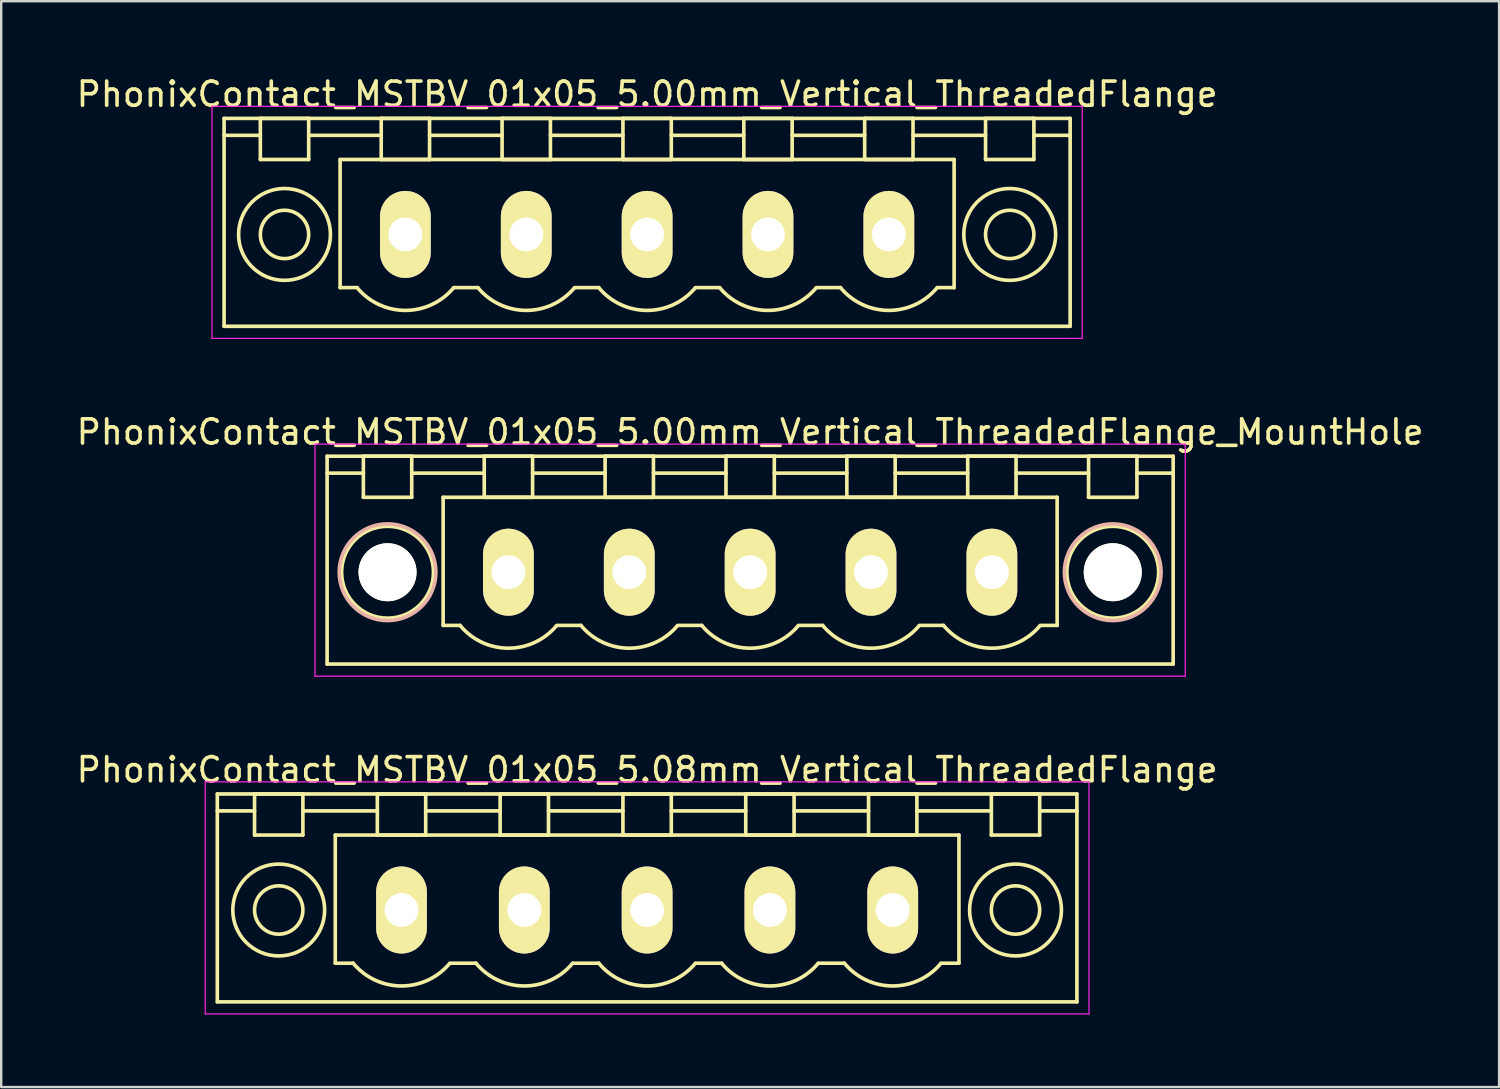
<source format=kicad_pcb>
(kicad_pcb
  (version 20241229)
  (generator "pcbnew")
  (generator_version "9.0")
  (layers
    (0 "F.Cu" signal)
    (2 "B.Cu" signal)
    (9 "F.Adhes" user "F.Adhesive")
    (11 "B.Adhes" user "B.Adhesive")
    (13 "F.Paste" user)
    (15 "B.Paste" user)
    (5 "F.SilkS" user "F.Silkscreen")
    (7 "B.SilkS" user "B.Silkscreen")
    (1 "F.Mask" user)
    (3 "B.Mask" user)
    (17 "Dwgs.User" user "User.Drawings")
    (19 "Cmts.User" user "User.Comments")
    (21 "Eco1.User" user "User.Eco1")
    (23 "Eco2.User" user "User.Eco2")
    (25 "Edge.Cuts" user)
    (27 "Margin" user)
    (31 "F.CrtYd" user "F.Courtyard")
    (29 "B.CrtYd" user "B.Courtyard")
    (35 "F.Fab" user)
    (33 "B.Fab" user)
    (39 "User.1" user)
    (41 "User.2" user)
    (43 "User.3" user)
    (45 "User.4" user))
  (footprint "PhonixContact_MSTBV_01x05_5.08mm_Vertical_ThreadedFlange"
    (layer "F.Cu")
    (at 13.56 34.595)
    (property "Reference" "PhonixContact_MSTBV_01x05_5.08mm_Vertical_ThreadedFlange" (at 10.16 -5.8 0) (layer "F.SilkS") (effects (font (size 1 1) (thickness 0.15))))
    (attr through_hole)
    (fp_line (start -7.62 -4.8) (end -7.62 3.8) (stroke (width 0.15) (type solid)) (layer "F.SilkS"))
    (fp_line (start -7.62 -4.1) (end -6.08 -4.1) (stroke (width 0.15) (type solid)) (layer "F.SilkS"))
    (fp_line (start -7.62 3.8) (end 27.94 3.8) (stroke (width 0.15) (type solid)) (layer "F.SilkS"))
    (fp_line (start -6.08 -4.8) (end -4.08 -4.8) (stroke (width 0.15) (type solid)) (layer "F.SilkS"))
    (fp_line (start -6.08 -3.1) (end -6.08 -4.8) (stroke (width 0.15) (type solid)) (layer "F.SilkS"))
    (fp_line (start -4.08 -4.8) (end -4.08 -3.1) (stroke (width 0.15) (type solid)) (layer "F.SilkS"))
    (fp_line (start -4.08 -4.1) (end -1 -4.1) (stroke (width 0.15) (type solid)) (layer "F.SilkS"))
    (fp_line (start -4.08 -3.1) (end -6.08 -3.1) (stroke (width 0.15) (type solid)) (layer "F.SilkS"))
    (fp_line (start -2.74 -3.1) (end 23.06 -3.1) (stroke (width 0.15) (type solid)) (layer "F.SilkS"))
    (fp_line (start -2.74 2.2) (end -2.74 -3.1) (stroke (width 0.15) (type solid)) (layer "F.SilkS"))
    (fp_line (start -2 2.2) (end -2.74 2.2) (stroke (width 0.15) (type solid)) (layer "F.SilkS"))
    (fp_line (start -1 -4.8) (end 1 -4.8) (stroke (width 0.15) (type solid)) (layer "F.SilkS"))
    (fp_line (start -1 -3.1) (end -1 -4.8) (stroke (width 0.15) (type solid)) (layer "F.SilkS"))
    (fp_line (start 1 -4.8) (end 1 -3.1) (stroke (width 0.15) (type solid)) (layer "F.SilkS"))
    (fp_line (start 1 -4.1) (end 4.08 -4.1) (stroke (width 0.15) (type solid)) (layer "F.SilkS"))
    (fp_line (start 1 -3.1) (end -1 -3.1) (stroke (width 0.15) (type solid)) (layer "F.SilkS"))
    (fp_line (start 2 2.2) (end 3.08 2.2) (stroke (width 0.15) (type solid)) (layer "F.SilkS"))
    (fp_line (start 4.08 -4.8) (end 6.08 -4.8) (stroke (width 0.15) (type solid)) (layer "F.SilkS"))
    (fp_line (start 4.08 -3.1) (end 4.08 -4.8) (stroke (width 0.15) (type solid)) (layer "F.SilkS"))
    (fp_line (start 6.08 -4.8) (end 6.08 -3.1) (stroke (width 0.15) (type solid)) (layer "F.SilkS"))
    (fp_line (start 6.08 -4.1) (end 9.16 -4.1) (stroke (width 0.15) (type solid)) (layer "F.SilkS"))
    (fp_line (start 6.08 -3.1) (end 4.08 -3.1) (stroke (width 0.15) (type solid)) (layer "F.SilkS"))
    (fp_line (start 7.08 2.2) (end 8.16 2.2) (stroke (width 0.15) (type solid)) (layer "F.SilkS"))
    (fp_line (start 9.16 -4.8) (end 11.16 -4.8) (stroke (width 0.15) (type solid)) (layer "F.SilkS"))
    (fp_line (start 9.16 -3.1) (end 9.16 -4.8) (stroke (width 0.15) (type solid)) (layer "F.SilkS"))
    (fp_line (start 11.16 -4.8) (end 11.16 -3.1) (stroke (width 0.15) (type solid)) (layer "F.SilkS"))
    (fp_line (start 11.16 -4.1) (end 14.24 -4.1) (stroke (width 0.15) (type solid)) (layer "F.SilkS"))
    (fp_line (start 11.16 -3.1) (end 9.16 -3.1) (stroke (width 0.15) (type solid)) (layer "F.SilkS"))
    (fp_line (start 12.16 2.2) (end 13.24 2.2) (stroke (width 0.15) (type solid)) (layer "F.SilkS"))
    (fp_line (start 14.24 -4.8) (end 16.24 -4.8) (stroke (width 0.15) (type solid)) (layer "F.SilkS"))
    (fp_line (start 14.24 -3.1) (end 14.24 -4.8) (stroke (width 0.15) (type solid)) (layer "F.SilkS"))
    (fp_line (start 16.24 -4.8) (end 16.24 -3.1) (stroke (width 0.15) (type solid)) (layer "F.SilkS"))
    (fp_line (start 16.24 -4.1) (end 19.32 -4.1) (stroke (width 0.15) (type solid)) (layer "F.SilkS"))
    (fp_line (start 16.24 -3.1) (end 14.24 -3.1) (stroke (width 0.15) (type solid)) (layer "F.SilkS"))
    (fp_line (start 17.24 2.2) (end 18.32 2.2) (stroke (width 0.15) (type solid)) (layer "F.SilkS"))
    (fp_line (start 19.32 -4.8) (end 21.32 -4.8) (stroke (width 0.15) (type solid)) (layer "F.SilkS"))
    (fp_line (start 19.32 -3.1) (end 19.32 -4.8) (stroke (width 0.15) (type solid)) (layer "F.SilkS"))
    (fp_line (start 21.32 -4.8) (end 21.32 -3.1) (stroke (width 0.15) (type solid)) (layer "F.SilkS"))
    (fp_line (start 21.32 -4.1) (end 24.4 -4.1) (stroke (width 0.15) (type solid)) (layer "F.SilkS"))
    (fp_line (start 21.32 -3.1) (end 19.32 -3.1) (stroke (width 0.15) (type solid)) (layer "F.SilkS"))
    (fp_line (start 23.06 -3.1) (end 23.06 2.2) (stroke (width 0.15) (type solid)) (layer "F.SilkS"))
    (fp_line (start 23.06 2.2) (end 22.32 2.2) (stroke (width 0.15) (type solid)) (layer "F.SilkS"))
    (fp_line (start 24.4 -4.8) (end 26.4 -4.8) (stroke (width 0.15) (type solid)) (layer "F.SilkS"))
    (fp_line (start 24.4 -3.1) (end 24.4 -4.8) (stroke (width 0.15) (type solid)) (layer "F.SilkS"))
    (fp_line (start 26.4 -4.8) (end 26.4 -3.1) (stroke (width 0.15) (type solid)) (layer "F.SilkS"))
    (fp_line (start 26.4 -3.1) (end 24.4 -3.1) (stroke (width 0.15) (type solid)) (layer "F.SilkS"))
    (fp_line (start 27.94 -4.8) (end -7.62 -4.8) (stroke (width 0.15) (type solid)) (layer "F.SilkS"))
    (fp_line (start 27.94 -4.1) (end 26.4 -4.1) (stroke (width 0.15) (type solid)) (layer "F.SilkS"))
    (fp_line (start 27.94 3.8) (end 27.94 -4.8) (stroke (width 0.15) (type solid)) (layer "F.SilkS"))
    (fp_arc (start 1.986842 2.215821) (mid -0.010289 3.142758) (end -2 2.2) (stroke (width 0.15) (type solid)) (layer "F.SilkS"))
    (fp_arc (start 7.066842 2.215821) (mid 5.069711 3.142758) (end 3.08 2.2) (stroke (width 0.15) (type solid)) (layer "F.SilkS"))
    (fp_arc (start 12.146842 2.215821) (mid 10.149711 3.142758) (end 8.16 2.2) (stroke (width 0.15) (type solid)) (layer "F.SilkS"))
    (fp_arc (start 17.226842 2.215821) (mid 15.229711 3.142758) (end 13.24 2.2) (stroke (width 0.15) (type solid)) (layer "F.SilkS"))
    (fp_arc (start 22.306842 2.215821) (mid 20.309711 3.142758) (end 18.32 2.2) (stroke (width 0.15) (type solid)) (layer "F.SilkS"))
    (fp_circle (center -5.08 0) (end -4.08 0) (stroke (width 0.15) (type solid)) (fill no) (layer "F.SilkS"))
    (fp_circle (center -5.08 0) (end -3.18 0) (stroke (width 0.15) (type solid)) (fill no) (layer "F.SilkS"))
    (fp_circle (center 25.4 0) (end 26.4 0) (stroke (width 0.15) (type solid)) (fill no) (layer "F.SilkS"))
    (fp_circle (center 25.4 0) (end 27.3 0) (stroke (width 0.15) (type solid)) (fill no) (layer "F.SilkS"))
    (fp_line (start -8.12 -5.3) (end -8.12 4.3) (stroke (width 0.05) (type solid)) (layer "F.CrtYd"))
    (fp_line (start -8.12 4.3) (end 28.44 4.3) (stroke (width 0.05) (type solid)) (layer "F.CrtYd"))
    (fp_line (start 28.44 -5.3) (end -8.12 -5.3) (stroke (width 0.05) (type solid)) (layer "F.CrtYd"))
    (fp_line (start 28.44 4.3) (end 28.44 -5.3) (stroke (width 0.05) (type solid)) (layer "F.CrtYd"))
    (pad "1" thru_hole oval (at 0 0) (size 2.1 3.6) (drill 1.4) (layers "*.Cu" "*.Mask" "F.SilkS"))
    (pad "2" thru_hole oval (at 5.08 0) (size 2.1 3.6) (drill 1.4) (layers "*.Cu" "*.Mask" "F.SilkS"))
    (pad "3" thru_hole oval (at 10.16 0) (size 2.1 3.6) (drill 1.4) (layers "*.Cu" "*.Mask" "F.SilkS"))
    (pad "4" thru_hole oval (at 15.24 0) (size 2.1 3.6) (drill 1.4) (layers "*.Cu" "*.Mask" "F.SilkS"))
    (pad "5" thru_hole oval (at 20.32 0) (size 2.1 3.6) (drill 1.4) (layers "*.Cu" "*.Mask" "F.SilkS")))
  (footprint "PhonixContact_MSTBV_01x05_5.00mm_Vertical_ThreadedFlange"
    (layer "F.Cu")
    (at 13.72 6.648)
    (property "Reference" "PhonixContact_MSTBV_01x05_5.00mm_Vertical_ThreadedFlange" (at 10 -5.8 0) (layer "F.SilkS") (effects (font (size 1 1) (thickness 0.15))))
    (attr through_hole)
    (fp_line (start -7.5 -4.8) (end -7.5 3.8) (stroke (width 0.15) (type solid)) (layer "F.SilkS"))
    (fp_line (start -7.5 -4.1) (end -6 -4.1) (stroke (width 0.15) (type solid)) (layer "F.SilkS"))
    (fp_line (start -7.5 3.8) (end 27.5 3.8) (stroke (width 0.15) (type solid)) (layer "F.SilkS"))
    (fp_line (start -6 -4.8) (end -4 -4.8) (stroke (width 0.15) (type solid)) (layer "F.SilkS"))
    (fp_line (start -6 -3.1) (end -6 -4.8) (stroke (width 0.15) (type solid)) (layer "F.SilkS"))
    (fp_line (start -4 -4.8) (end -4 -3.1) (stroke (width 0.15) (type solid)) (layer "F.SilkS"))
    (fp_line (start -4 -4.1) (end -1 -4.1) (stroke (width 0.15) (type solid)) (layer "F.SilkS"))
    (fp_line (start -4 -3.1) (end -6 -3.1) (stroke (width 0.15) (type solid)) (layer "F.SilkS"))
    (fp_line (start -2.7 -3.1) (end 22.7 -3.1) (stroke (width 0.15) (type solid)) (layer "F.SilkS"))
    (fp_line (start -2.7 2.2) (end -2.7 -3.1) (stroke (width 0.15) (type solid)) (layer "F.SilkS"))
    (fp_line (start -2 2.2) (end -2.7 2.2) (stroke (width 0.15) (type solid)) (layer "F.SilkS"))
    (fp_line (start -1 -4.8) (end 1 -4.8) (stroke (width 0.15) (type solid)) (layer "F.SilkS"))
    (fp_line (start -1 -3.1) (end -1 -4.8) (stroke (width 0.15) (type solid)) (layer "F.SilkS"))
    (fp_line (start 1 -4.8) (end 1 -3.1) (stroke (width 0.15) (type solid)) (layer "F.SilkS"))
    (fp_line (start 1 -4.1) (end 4 -4.1) (stroke (width 0.15) (type solid)) (layer "F.SilkS"))
    (fp_line (start 1 -3.1) (end -1 -3.1) (stroke (width 0.15) (type solid)) (layer "F.SilkS"))
    (fp_line (start 2 2.2) (end 3 2.2) (stroke (width 0.15) (type solid)) (layer "F.SilkS"))
    (fp_line (start 4 -4.8) (end 6 -4.8) (stroke (width 0.15) (type solid)) (layer "F.SilkS"))
    (fp_line (start 4 -3.1) (end 4 -4.8) (stroke (width 0.15) (type solid)) (layer "F.SilkS"))
    (fp_line (start 6 -4.8) (end 6 -3.1) (stroke (width 0.15) (type solid)) (layer "F.SilkS"))
    (fp_line (start 6 -4.1) (end 9 -4.1) (stroke (width 0.15) (type solid)) (layer "F.SilkS"))
    (fp_line (start 6 -3.1) (end 4 -3.1) (stroke (width 0.15) (type solid)) (layer "F.SilkS"))
    (fp_line (start 7 2.2) (end 8 2.2) (stroke (width 0.15) (type solid)) (layer "F.SilkS"))
    (fp_line (start 9 -4.8) (end 11 -4.8) (stroke (width 0.15) (type solid)) (layer "F.SilkS"))
    (fp_line (start 9 -3.1) (end 9 -4.8) (stroke (width 0.15) (type solid)) (layer "F.SilkS"))
    (fp_line (start 11 -4.8) (end 11 -3.1) (stroke (width 0.15) (type solid)) (layer "F.SilkS"))
    (fp_line (start 11 -4.1) (end 14 -4.1) (stroke (width 0.15) (type solid)) (layer "F.SilkS"))
    (fp_line (start 11 -3.1) (end 9 -3.1) (stroke (width 0.15) (type solid)) (layer "F.SilkS"))
    (fp_line (start 12 2.2) (end 13 2.2) (stroke (width 0.15) (type solid)) (layer "F.SilkS"))
    (fp_line (start 14 -4.8) (end 16 -4.8) (stroke (width 0.15) (type solid)) (layer "F.SilkS"))
    (fp_line (start 14 -3.1) (end 14 -4.8) (stroke (width 0.15) (type solid)) (layer "F.SilkS"))
    (fp_line (start 16 -4.8) (end 16 -3.1) (stroke (width 0.15) (type solid)) (layer "F.SilkS"))
    (fp_line (start 16 -4.1) (end 19 -4.1) (stroke (width 0.15) (type solid)) (layer "F.SilkS"))
    (fp_line (start 16 -3.1) (end 14 -3.1) (stroke (width 0.15) (type solid)) (layer "F.SilkS"))
    (fp_line (start 17 2.2) (end 18 2.2) (stroke (width 0.15) (type solid)) (layer "F.SilkS"))
    (fp_line (start 19 -4.8) (end 21 -4.8) (stroke (width 0.15) (type solid)) (layer "F.SilkS"))
    (fp_line (start 19 -3.1) (end 19 -4.8) (stroke (width 0.15) (type solid)) (layer "F.SilkS"))
    (fp_line (start 21 -4.8) (end 21 -3.1) (stroke (width 0.15) (type solid)) (layer "F.SilkS"))
    (fp_line (start 21 -4.1) (end 24 -4.1) (stroke (width 0.15) (type solid)) (layer "F.SilkS"))
    (fp_line (start 21 -3.1) (end 19 -3.1) (stroke (width 0.15) (type solid)) (layer "F.SilkS"))
    (fp_line (start 22.7 -3.1) (end 22.7 2.2) (stroke (width 0.15) (type solid)) (layer "F.SilkS"))
    (fp_line (start 22.7 2.2) (end 22 2.2) (stroke (width 0.15) (type solid)) (layer "F.SilkS"))
    (fp_line (start 24 -4.8) (end 26 -4.8) (stroke (width 0.15) (type solid)) (layer "F.SilkS"))
    (fp_line (start 24 -3.1) (end 24 -4.8) (stroke (width 0.15) (type solid)) (layer "F.SilkS"))
    (fp_line (start 26 -4.8) (end 26 -3.1) (stroke (width 0.15) (type solid)) (layer "F.SilkS"))
    (fp_line (start 26 -3.1) (end 24 -3.1) (stroke (width 0.15) (type solid)) (layer "F.SilkS"))
    (fp_line (start 27.5 -4.8) (end -7.5 -4.8) (stroke (width 0.15) (type solid)) (layer "F.SilkS"))
    (fp_line (start 27.5 -4.1) (end 26 -4.1) (stroke (width 0.15) (type solid)) (layer "F.SilkS"))
    (fp_line (start 27.5 3.8) (end 27.5 -4.8) (stroke (width 0.15) (type solid)) (layer "F.SilkS"))
    (fp_arc (start 1.986842 2.215821) (mid -0.010289 3.142758) (end -2 2.2) (stroke (width 0.15) (type solid)) (layer "F.SilkS"))
    (fp_arc (start 6.986842 2.215821) (mid 4.989711 3.142758) (end 3 2.2) (stroke (width 0.15) (type solid)) (layer "F.SilkS"))
    (fp_arc (start 11.986842 2.215821) (mid 9.989711 3.142758) (end 8 2.2) (stroke (width 0.15) (type solid)) (layer "F.SilkS"))
    (fp_arc (start 16.986842 2.215821) (mid 14.989711 3.142758) (end 13 2.2) (stroke (width 0.15) (type solid)) (layer "F.SilkS"))
    (fp_arc (start 21.986842 2.215821) (mid 19.989711 3.142758) (end 18 2.2) (stroke (width 0.15) (type solid)) (layer "F.SilkS"))
    (fp_circle (center -5 0) (end -4 0) (stroke (width 0.15) (type solid)) (fill no) (layer "F.SilkS"))
    (fp_circle (center -5 0) (end -3.1 0) (stroke (width 0.15) (type solid)) (fill no) (layer "F.SilkS"))
    (fp_circle (center 25 0) (end 26 0) (stroke (width 0.15) (type solid)) (fill no) (layer "F.SilkS"))
    (fp_circle (center 25 0) (end 26.9 0) (stroke (width 0.15) (type solid)) (fill no) (layer "F.SilkS"))
    (fp_line (start -8 -5.3) (end -8 4.3) (stroke (width 0.05) (type solid)) (layer "F.CrtYd"))
    (fp_line (start -8 4.3) (end 28 4.3) (stroke (width 0.05) (type solid)) (layer "F.CrtYd"))
    (fp_line (start 28 -5.3) (end -8 -5.3) (stroke (width 0.05) (type solid)) (layer "F.CrtYd"))
    (fp_line (start 28 4.3) (end 28 -5.3) (stroke (width 0.05) (type solid)) (layer "F.CrtYd"))
    (pad "1" thru_hole oval (at 0 0) (size 2.1 3.6) (drill 1.4) (layers "*.Cu" "*.Mask" "F.SilkS"))
    (pad "2" thru_hole oval (at 5 0) (size 2.1 3.6) (drill 1.4) (layers "*.Cu" "*.Mask" "F.SilkS"))
    (pad "3" thru_hole oval (at 10 0) (size 2.1 3.6) (drill 1.4) (layers "*.Cu" "*.Mask" "F.SilkS"))
    (pad "4" thru_hole oval (at 15 0) (size 2.1 3.6) (drill 1.4) (layers "*.Cu" "*.Mask" "F.SilkS"))
    (pad "5" thru_hole oval (at 20 0) (size 2.1 3.6) (drill 1.4) (layers "*.Cu" "*.Mask" "F.SilkS")))
  (footprint "PhonixContact_MSTBV_01x05_5.00mm_Vertical_ThreadedFlange_MountHole"
    (layer "F.Cu")
    (at 17.982 20.622)
    (property "Reference" "PhonixContact_MSTBV_01x05_5.00mm_Vertical_ThreadedFlange_MountHole" (at 10 -5.8 0) (layer "F.SilkS") (effects (font (size 1 1) (thickness 0.15))))
    (attr through_hole)
    (fp_line (start -7.5 -4.8) (end -7.5 3.8) (stroke (width 0.15) (type solid)) (layer "F.SilkS"))
    (fp_line (start -7.5 -4.1) (end -6 -4.1) (stroke (width 0.15) (type solid)) (layer "F.SilkS"))
    (fp_line (start -7.5 3.8) (end 27.5 3.8) (stroke (width 0.15) (type solid)) (layer "F.SilkS"))
    (fp_line (start -6 -4.8) (end -4 -4.8) (stroke (width 0.15) (type solid)) (layer "F.SilkS"))
    (fp_line (start -6 -3.1) (end -6 -4.8) (stroke (width 0.15) (type solid)) (layer "F.SilkS"))
    (fp_line (start -4 -4.8) (end -4 -3.1) (stroke (width 0.15) (type solid)) (layer "F.SilkS"))
    (fp_line (start -4 -4.1) (end -1 -4.1) (stroke (width 0.15) (type solid)) (layer "F.SilkS"))
    (fp_line (start -4 -3.1) (end -6 -3.1) (stroke (width 0.15) (type solid)) (layer "F.SilkS"))
    (fp_line (start -2.7 -3.1) (end 22.7 -3.1) (stroke (width 0.15) (type solid)) (layer "F.SilkS"))
    (fp_line (start -2.7 2.2) (end -2.7 -3.1) (stroke (width 0.15) (type solid)) (layer "F.SilkS"))
    (fp_line (start -2 2.2) (end -2.7 2.2) (stroke (width 0.15) (type solid)) (layer "F.SilkS"))
    (fp_line (start -1 -4.8) (end 1 -4.8) (stroke (width 0.15) (type solid)) (layer "F.SilkS"))
    (fp_line (start -1 -3.1) (end -1 -4.8) (stroke (width 0.15) (type solid)) (layer "F.SilkS"))
    (fp_line (start 1 -4.8) (end 1 -3.1) (stroke (width 0.15) (type solid)) (layer "F.SilkS"))
    (fp_line (start 1 -4.1) (end 4 -4.1) (stroke (width 0.15) (type solid)) (layer "F.SilkS"))
    (fp_line (start 1 -3.1) (end -1 -3.1) (stroke (width 0.15) (type solid)) (layer "F.SilkS"))
    (fp_line (start 2 2.2) (end 3 2.2) (stroke (width 0.15) (type solid)) (layer "F.SilkS"))
    (fp_line (start 4 -4.8) (end 6 -4.8) (stroke (width 0.15) (type solid)) (layer "F.SilkS"))
    (fp_line (start 4 -3.1) (end 4 -4.8) (stroke (width 0.15) (type solid)) (layer "F.SilkS"))
    (fp_line (start 6 -4.8) (end 6 -3.1) (stroke (width 0.15) (type solid)) (layer "F.SilkS"))
    (fp_line (start 6 -4.1) (end 9 -4.1) (stroke (width 0.15) (type solid)) (layer "F.SilkS"))
    (fp_line (start 6 -3.1) (end 4 -3.1) (stroke (width 0.15) (type solid)) (layer "F.SilkS"))
    (fp_line (start 7 2.2) (end 8 2.2) (stroke (width 0.15) (type solid)) (layer "F.SilkS"))
    (fp_line (start 9 -4.8) (end 11 -4.8) (stroke (width 0.15) (type solid)) (layer "F.SilkS"))
    (fp_line (start 9 -3.1) (end 9 -4.8) (stroke (width 0.15) (type solid)) (layer "F.SilkS"))
    (fp_line (start 11 -4.8) (end 11 -3.1) (stroke (width 0.15) (type solid)) (layer "F.SilkS"))
    (fp_line (start 11 -4.1) (end 14 -4.1) (stroke (width 0.15) (type solid)) (layer "F.SilkS"))
    (fp_line (start 11 -3.1) (end 9 -3.1) (stroke (width 0.15) (type solid)) (layer "F.SilkS"))
    (fp_line (start 12 2.2) (end 13 2.2) (stroke (width 0.15) (type solid)) (layer "F.SilkS"))
    (fp_line (start 14 -4.8) (end 16 -4.8) (stroke (width 0.15) (type solid)) (layer "F.SilkS"))
    (fp_line (start 14 -3.1) (end 14 -4.8) (stroke (width 0.15) (type solid)) (layer "F.SilkS"))
    (fp_line (start 16 -4.8) (end 16 -3.1) (stroke (width 0.15) (type solid)) (layer "F.SilkS"))
    (fp_line (start 16 -4.1) (end 19 -4.1) (stroke (width 0.15) (type solid)) (layer "F.SilkS"))
    (fp_line (start 16 -3.1) (end 14 -3.1) (stroke (width 0.15) (type solid)) (layer "F.SilkS"))
    (fp_line (start 17 2.2) (end 18 2.2) (stroke (width 0.15) (type solid)) (layer "F.SilkS"))
    (fp_line (start 19 -4.8) (end 21 -4.8) (stroke (width 0.15) (type solid)) (layer "F.SilkS"))
    (fp_line (start 19 -3.1) (end 19 -4.8) (stroke (width 0.15) (type solid)) (layer "F.SilkS"))
    (fp_line (start 21 -4.8) (end 21 -3.1) (stroke (width 0.15) (type solid)) (layer "F.SilkS"))
    (fp_line (start 21 -4.1) (end 24 -4.1) (stroke (width 0.15) (type solid)) (layer "F.SilkS"))
    (fp_line (start 21 -3.1) (end 19 -3.1) (stroke (width 0.15) (type solid)) (layer "F.SilkS"))
    (fp_line (start 22.7 -3.1) (end 22.7 2.2) (stroke (width 0.15) (type solid)) (layer "F.SilkS"))
    (fp_line (start 22.7 2.2) (end 22 2.2) (stroke (width 0.15) (type solid)) (layer "F.SilkS"))
    (fp_line (start 24 -4.8) (end 26 -4.8) (stroke (width 0.15) (type solid)) (layer "F.SilkS"))
    (fp_line (start 24 -3.1) (end 24 -4.8) (stroke (width 0.15) (type solid)) (layer "F.SilkS"))
    (fp_line (start 26 -4.8) (end 26 -3.1) (stroke (width 0.15) (type solid)) (layer "F.SilkS"))
    (fp_line (start 26 -3.1) (end 24 -3.1) (stroke (width 0.15) (type solid)) (layer "F.SilkS"))
    (fp_line (start 27.5 -4.8) (end -7.5 -4.8) (stroke (width 0.15) (type solid)) (layer "F.SilkS"))
    (fp_line (start 27.5 -4.1) (end 26 -4.1) (stroke (width 0.15) (type solid)) (layer "F.SilkS"))
    (fp_line (start 27.5 3.8) (end 27.5 -4.8) (stroke (width 0.15) (type solid)) (layer "F.SilkS"))
    (fp_arc (start 1.986842 2.215821) (mid -0.010289 3.142758) (end -2 2.2) (stroke (width 0.15) (type solid)) (layer "F.SilkS"))
    (fp_arc (start 6.986842 2.215821) (mid 4.989711 3.142758) (end 3 2.2) (stroke (width 0.15) (type solid)) (layer "F.SilkS"))
    (fp_arc (start 11.986842 2.215821) (mid 9.989711 3.142758) (end 8 2.2) (stroke (width 0.15) (type solid)) (layer "F.SilkS"))
    (fp_arc (start 16.986842 2.215821) (mid 14.989711 3.142758) (end 13 2.2) (stroke (width 0.15) (type solid)) (layer "F.SilkS"))
    (fp_arc (start 21.986842 2.215821) (mid 19.989711 3.142758) (end 18 2.2) (stroke (width 0.15) (type solid)) (layer "F.SilkS"))
    (fp_circle (center -5 0) (end -4 0) (stroke (width 0.15) (type solid)) (fill no) (layer "F.SilkS"))
    (fp_circle (center -5 0) (end -3.1 0) (stroke (width 0.15) (type solid)) (fill no) (layer "F.SilkS"))
    (fp_circle (center 25 0) (end 26 0) (stroke (width 0.15) (type solid)) (fill no) (layer "F.SilkS"))
    (fp_circle (center 25 0) (end 26.9 0) (stroke (width 0.15) (type solid)) (fill no) (layer "F.SilkS"))
    (fp_circle (center -5 0) (end -3 0) (stroke (width 0.15) (type solid)) (fill no) (layer "B.SilkS"))
    (fp_circle (center 25 0) (end 27 0) (stroke (width 0.15) (type solid)) (fill no) (layer "B.SilkS"))
    (fp_line (start -8 -5.3) (end -8 4.3) (stroke (width 0.05) (type solid)) (layer "F.CrtYd"))
    (fp_line (start -8 4.3) (end 28 4.3) (stroke (width 0.05) (type solid)) (layer "F.CrtYd"))
    (fp_line (start 28 -5.3) (end -8 -5.3) (stroke (width 0.05) (type solid)) (layer "F.CrtYd"))
    (fp_line (start 28 4.3) (end 28 -5.3) (stroke (width 0.05) (type solid)) (layer "F.CrtYd"))
    (pad "" np_thru_hole circle (at -5 0) (size 2.4 2.4) (drill 2.4) (layers "*.Cu" "*.Mask" "F.SilkS"))
    (pad "" np_thru_hole circle (at 25 0) (size 2.4 2.4) (drill 2.4) (layers "*.Cu" "*.Mask" "F.SilkS"))
    (pad "1" thru_hole oval (at 0 0) (size 2.1 3.6) (drill 1.4) (layers "*.Cu" "*.Mask" "F.SilkS"))
    (pad "2" thru_hole oval (at 5 0) (size 2.1 3.6) (drill 1.4) (layers "*.Cu" "*.Mask" "F.SilkS"))
    (pad "3" thru_hole oval (at 10 0) (size 2.1 3.6) (drill 1.4) (layers "*.Cu" "*.Mask" "F.SilkS"))
    (pad "4" thru_hole oval (at 15 0) (size 2.1 3.6) (drill 1.4) (layers "*.Cu" "*.Mask" "F.SilkS"))
    (pad "5" thru_hole oval (at 20 0) (size 2.1 3.6) (drill 1.4) (layers "*.Cu" "*.Mask" "F.SilkS")))
  (gr_rect
    (start -3 -3)
    (end 58.964 41.92)
    (stroke (width 0.1) (type default))
    (fill no)
    (layer "Edge.Cuts")))
</source>
